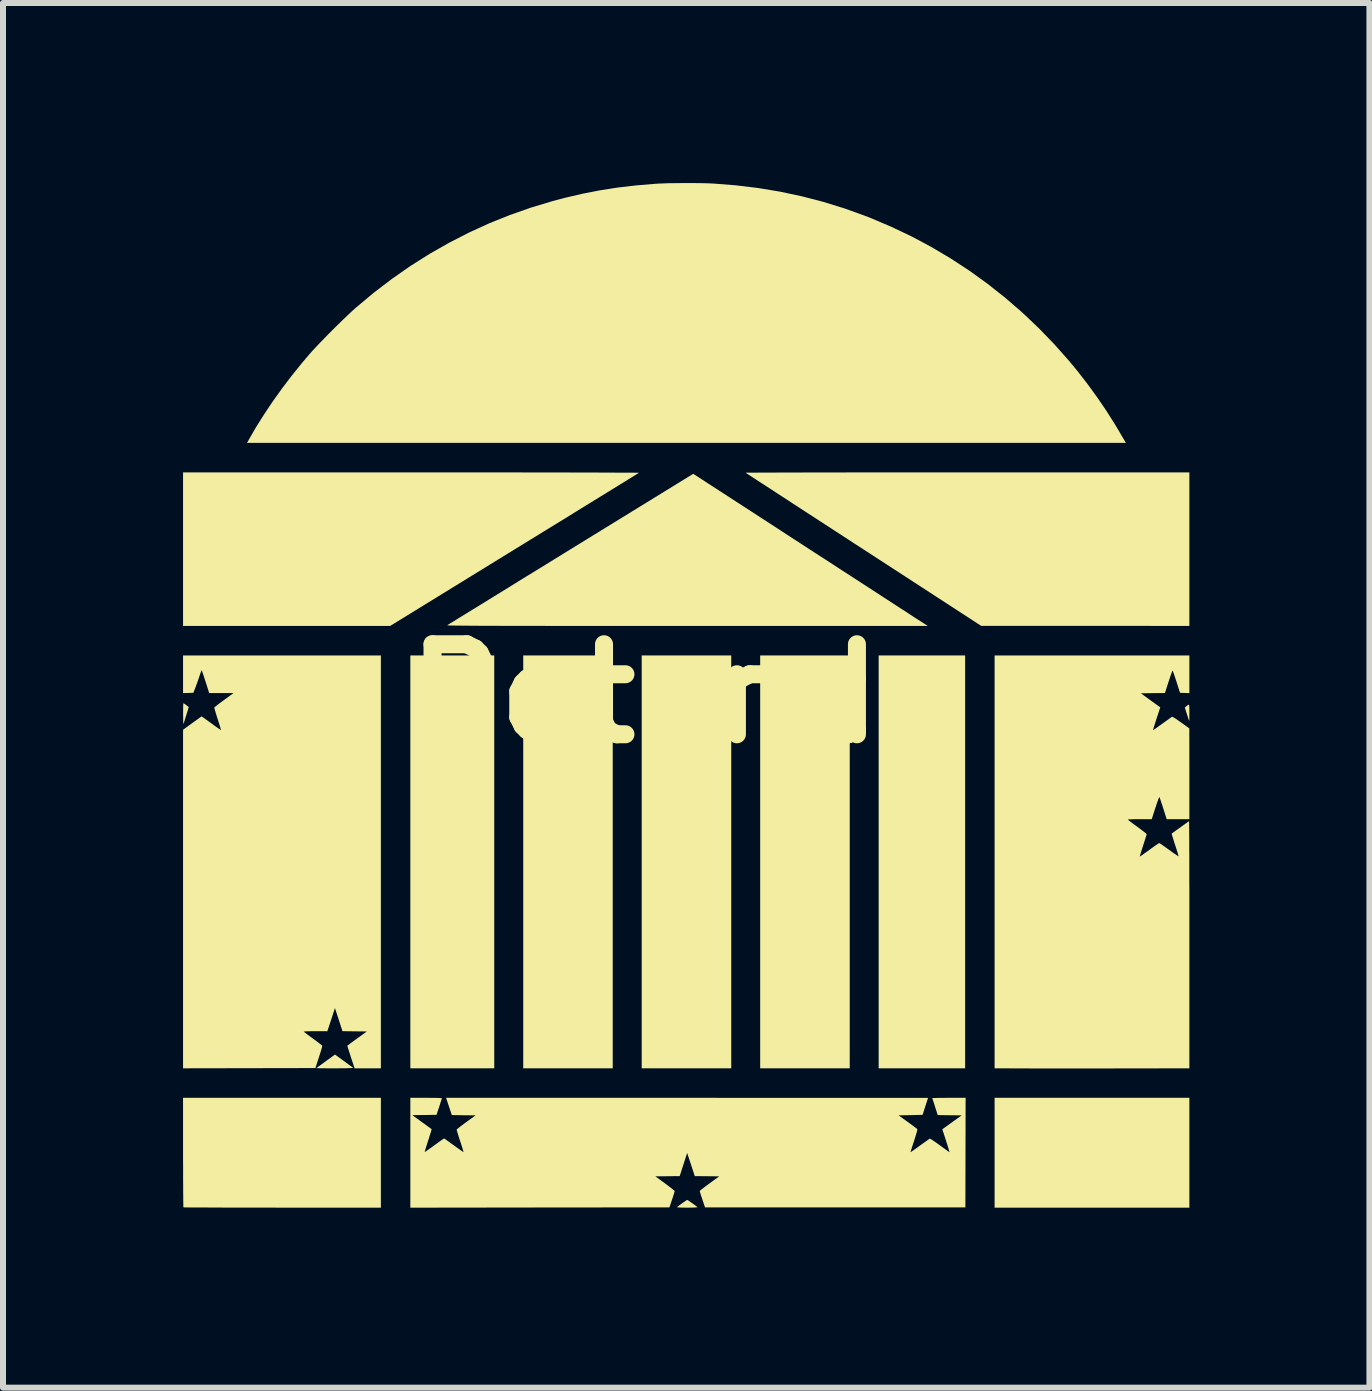
<source format=kicad_pcb>
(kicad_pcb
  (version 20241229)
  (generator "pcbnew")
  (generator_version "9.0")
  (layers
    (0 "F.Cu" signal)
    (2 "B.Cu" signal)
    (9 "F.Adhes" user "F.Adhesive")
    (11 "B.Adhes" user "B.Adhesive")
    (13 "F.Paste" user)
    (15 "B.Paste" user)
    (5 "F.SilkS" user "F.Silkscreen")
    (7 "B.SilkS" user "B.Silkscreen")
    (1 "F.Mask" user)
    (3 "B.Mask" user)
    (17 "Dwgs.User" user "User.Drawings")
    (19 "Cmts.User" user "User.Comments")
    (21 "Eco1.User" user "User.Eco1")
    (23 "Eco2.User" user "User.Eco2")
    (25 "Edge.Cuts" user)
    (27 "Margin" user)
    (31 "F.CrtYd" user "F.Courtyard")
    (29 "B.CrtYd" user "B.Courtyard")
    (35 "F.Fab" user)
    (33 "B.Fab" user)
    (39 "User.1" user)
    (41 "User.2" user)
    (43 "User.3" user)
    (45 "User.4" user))
  (footprint "Rotunda"
    (layer "F.Cu")
    (at 8.371 8.506)
    (property "Reference" "Rotunda" (at 0 0 0) (layer "F.SilkS") (effects (font (size 1.5 1.5) (thickness 0.3))))
    (attr board_only exclude_from_pos_files exclude_from_bom)
    (fp_poly (pts (xy -3.186 2.804) (xy -3.186 6.244) (xy -3.885 6.244) (xy -4.584 6.244) (xy -4.584 2.804) (xy -4.584 -0.635) (xy -3.885 -0.635) (xy -3.186 -0.635)) (stroke (width 0) (type solid)) (fill yes) (layer "F.SilkS"))
    (fp_poly (pts (xy -1.212 2.804) (xy -1.212 6.244) (xy -1.957 6.244) (xy -2.703 6.244) (xy -2.703 2.804) (xy -2.703 -0.635) (xy -1.957 -0.635) (xy -1.212 -0.635)) (stroke (width 0) (type solid)) (fill yes) (layer "F.SilkS"))
    (fp_poly (pts (xy 0.763 2.804) (xy 0.763 6.244) (xy 0.017 6.244) (xy -0.729 6.244) (xy -0.729 2.804) (xy -0.729 -0.635) (xy 0.017 -0.635) (xy 0.763 -0.635)) (stroke (width 0) (type solid)) (fill yes) (layer "F.SilkS"))
    (fp_poly (pts (xy 2.737 2.804) (xy 2.737 6.244) (xy 1.991 6.244) (xy 1.245 6.244) (xy 1.245 2.804) (xy 1.245 -0.635) (xy 1.991 -0.635) (xy 2.737 -0.635)) (stroke (width 0) (type solid)) (fill yes) (layer "F.SilkS"))
    (fp_poly (pts (xy 4.66 2.804) (xy 4.66 6.244) (xy 3.94 6.244) (xy 3.219 6.244) (xy 3.219 2.804) (xy 3.219 -0.635) (xy 3.94 -0.635) (xy 4.66 -0.635)) (stroke (width 0) (type solid)) (fill yes) (layer "F.SilkS"))
    (fp_poly (pts (xy 8.396 7.651) (xy 8.396 8.566) (xy 6.774 8.566) (xy 5.151 8.566) (xy 5.151 7.651) (xy 5.151 6.735) (xy 6.774 6.735) (xy 8.396 6.735)) (stroke (width 0) (type solid)) (fill yes) (layer "F.SilkS"))
    (fp_poly (pts (xy 8.391 0.193) (xy 8.395 0.211) (xy 8.396 0.242) (xy 8.396 0.288) (xy 8.396 0.317) (xy 8.396 0.364) (xy 8.396 0.404) (xy 8.395 0.435) (xy 8.394 0.453) (xy 8.394 0.458) (xy 8.391 0.45) (xy 8.383 0.429) (xy 8.373 0.398) (xy 8.36 0.359) (xy 8.356 0.345) (xy 8.32 0.233) (xy 8.343 0.214) (xy 8.362 0.197) (xy 8.376 0.188) (xy 8.386 0.185)) (stroke (width 0) (type solid)) (fill yes) (layer "F.SilkS"))
    (fp_poly (pts (xy -8.356 0.166) (xy -8.338 0.177) (xy -8.317 0.193) (xy -8.297 0.208) (xy -8.282 0.221) (xy -8.277 0.226) (xy -8.28 0.236) (xy -8.286 0.258) (xy -8.296 0.291) (xy -8.309 0.331) (xy -8.315 0.351) (xy -8.329 0.396) (xy -8.342 0.437) (xy -8.352 0.472) (xy -8.359 0.495) (xy -8.361 0.5) (xy -8.364 0.505) (xy -8.366 0.498) (xy -8.367 0.478) (xy -8.369 0.443) (xy -8.369 0.393) (xy -8.37 0.345) (xy -8.37 0.291) (xy -8.369 0.244) (xy -8.369 0.205) (xy -8.367 0.177) (xy -8.366 0.162) (xy -8.365 0.161)) (stroke (width 0) (type solid)) (fill yes) (layer "F.SilkS"))
    (fp_poly (pts (xy 0.039 8.441) (xy 0.058 8.454) (xy 0.084 8.472) (xy 0.114 8.493) (xy 0.144 8.514) (xy 0.17 8.534) (xy 0.19 8.549) (xy 0.199 8.557) (xy 0.199 8.558) (xy 0.193 8.56) (xy 0.171 8.562) (xy 0.135 8.564) (xy 0.087 8.565) (xy 0.03 8.566) (xy -0.028 8.565) (xy -0.076 8.564) (xy -0.112 8.562) (xy -0.134 8.56) (xy -0.14 8.558) (xy -0.14 8.558) (xy -0.132 8.55) (xy -0.113 8.535) (xy -0.087 8.516) (xy -0.057 8.494) (xy -0.028 8.473) (xy -0.001 8.455) (xy 0.019 8.442) (xy 0.029 8.436) (xy 0.029 8.436)) (stroke (width 0) (type solid)) (fill yes) (layer "F.SilkS"))
    (fp_poly (pts (xy -5.692 6.122) (xy -5.648 6.154) (xy -5.609 6.183) (xy -5.576 6.207) (xy -5.552 6.225) (xy -5.539 6.235) (xy -5.537 6.237) (xy -5.543 6.238) (xy -5.565 6.24) (xy -5.601 6.241) (xy -5.649 6.243) (xy -5.709 6.243) (xy -5.779 6.244) (xy -5.841 6.244) (xy -5.912 6.244) (xy -5.977 6.244) (xy -6.034 6.243) (xy -6.082 6.243) (xy -6.119 6.242) (xy -6.142 6.242) (xy -6.15 6.241) (xy -6.15 6.241) (xy -6.142 6.235) (xy -6.123 6.221) (xy -6.095 6.201) (xy -6.061 6.176) (xy -6.024 6.149) (xy -5.985 6.12) (xy -5.948 6.093) (xy -5.914 6.069) (xy -5.887 6.049) (xy -5.869 6.036) (xy -5.866 6.034) (xy -5.839 6.015)) (stroke (width 0) (type solid)) (fill yes) (layer "F.SilkS"))
    (fp_poly (pts (xy -5.075 7.651) (xy -5.075 8.566) (xy -6.717 8.566) (xy -6.883 8.565) (xy -7.044 8.565) (xy -7.199 8.565) (xy -7.349 8.565) (xy -7.492 8.565) (xy -7.626 8.565) (xy -7.752 8.564) (xy -7.869 8.564) (xy -7.976 8.563) (xy -8.071 8.563) (xy -8.154 8.563) (xy -8.225 8.562) (xy -8.282 8.562) (xy -8.325 8.561) (xy -8.353 8.561) (xy -8.365 8.56) (xy -8.365 8.56) (xy -8.366 8.551) (xy -8.366 8.526) (xy -8.367 8.486) (xy -8.368 8.433) (xy -8.368 8.367) (xy -8.369 8.29) (xy -8.369 8.202) (xy -8.37 8.106) (xy -8.37 8.001) (xy -8.37 7.889) (xy -8.371 7.771) (xy -8.371 7.648) (xy -8.371 7.645) (xy -8.371 6.735) (xy -6.723 6.735) (xy -5.075 6.735)) (stroke (width 0) (type solid)) (fill yes) (layer "F.SilkS"))
    (fp_poly (pts (xy -4.303 -3.685) (xy -4.043 -3.685) (xy -3.79 -3.685) (xy -3.543 -3.685) (xy -3.304 -3.685) (xy -3.072 -3.685) (xy -2.848 -3.685) (xy -2.634 -3.684) (xy -2.428 -3.684) (xy -2.232 -3.684) (xy -2.047 -3.684) (xy -1.872 -3.683) (xy -1.708 -3.683) (xy -1.555 -3.683) (xy -1.415 -3.682) (xy -1.287 -3.682) (xy -1.173 -3.681) (xy -1.072 -3.681) (xy -0.984 -3.681) (xy -0.912 -3.68) (xy -0.854 -3.68) (xy -0.812 -3.679) (xy -0.786 -3.679) (xy -0.776 -3.678) (xy -0.776 -3.678) (xy -0.783 -3.673) (xy -0.805 -3.66) (xy -0.84 -3.638) (xy -0.888 -3.608) (xy -0.948 -3.571) (xy -1.019 -3.527) (xy -1.101 -3.477) (xy -1.194 -3.419) (xy -1.297 -3.356) (xy -1.409 -3.287) (xy -1.529 -3.213) (xy -1.658 -3.134) (xy -1.794 -3.05) (xy -1.937 -2.961) (xy -2.087 -2.869) (xy -2.242 -2.774) (xy -2.403 -2.675) (xy -2.569 -2.573) (xy -2.738 -2.469) (xy -2.852 -2.399) (xy -4.92 -1.127) (xy -6.645 -1.127) (xy -8.371 -1.127) (xy -8.371 -2.406) (xy -8.371 -3.685) (xy -4.569 -3.685)) (stroke (width 0) (type solid)) (fill yes) (layer "F.SilkS"))
    (fp_poly (pts (xy 8.396 -2.406) (xy 8.396 -1.127) (xy 6.661 -1.128) (xy 4.927 -1.128) (xy 2.968 -2.401) (xy 2.802 -2.508) (xy 2.64 -2.614) (xy 2.482 -2.716) (xy 2.329 -2.816) (xy 2.181 -2.912) (xy 2.039 -3.004) (xy 1.904 -3.092) (xy 1.776 -3.175) (xy 1.656 -3.254) (xy 1.544 -3.326) (xy 1.441 -3.394) (xy 1.347 -3.455) (xy 1.263 -3.509) (xy 1.19 -3.557) (xy 1.128 -3.597) (xy 1.078 -3.63) (xy 1.04 -3.655) (xy 1.015 -3.671) (xy 1.004 -3.679) (xy 1.003 -3.679) (xy 1.011 -3.68) (xy 1.035 -3.68) (xy 1.076 -3.68) (xy 1.131 -3.681) (xy 1.202 -3.681) (xy 1.286 -3.682) (xy 1.384 -3.682) (xy 1.496 -3.682) (xy 1.62 -3.683) (xy 1.756 -3.683) (xy 1.903 -3.683) (xy 2.062 -3.684) (xy 2.231 -3.684) (xy 2.41 -3.684) (xy 2.598 -3.684) (xy 2.796 -3.685) (xy 3.001 -3.685) (xy 3.214 -3.685) (xy 3.434 -3.685) (xy 3.661 -3.685) (xy 3.895 -3.685) (xy 4.133 -3.685) (xy 4.377 -3.685) (xy 4.625 -3.685) (xy 4.696 -3.685) (xy 8.396 -3.685)) (stroke (width 0) (type solid)) (fill yes) (layer "F.SilkS"))
    (fp_poly (pts (xy 0.094 -8.506) (xy 0.192 -8.505) (xy 0.283 -8.504) (xy 0.366 -8.502) (xy 0.436 -8.499) (xy 0.463 -8.498) (xy 0.841 -8.468) (xy 1.213 -8.423) (xy 1.58 -8.362) (xy 1.941 -8.285) (xy 2.298 -8.192) (xy 2.651 -8.083) (xy 2.999 -7.957) (xy 3.08 -7.926) (xy 3.426 -7.779) (xy 3.765 -7.618) (xy 4.095 -7.442) (xy 4.417 -7.251) (xy 4.729 -7.047) (xy 5.033 -6.828) (xy 5.326 -6.596) (xy 5.61 -6.351) (xy 5.883 -6.092) (xy 6.145 -5.821) (xy 6.397 -5.537) (xy 6.536 -5.368) (xy 6.701 -5.155) (xy 6.862 -4.933) (xy 7.016 -4.707) (xy 7.159 -4.481) (xy 7.239 -4.346) (xy 7.263 -4.304) (xy 7.286 -4.266) (xy 7.305 -4.233) (xy 7.318 -4.211) (xy 7.322 -4.204) (xy 7.338 -4.177) (xy 0.017 -4.177) (xy -7.305 -4.177) (xy -7.273 -4.234) (xy -7.153 -4.442) (xy -7.019 -4.654) (xy -6.875 -4.87) (xy -6.721 -5.085) (xy -6.559 -5.298) (xy -6.392 -5.505) (xy -6.265 -5.655) (xy -6.217 -5.709) (xy -6.158 -5.772) (xy -6.091 -5.843) (xy -6.018 -5.918) (xy -5.941 -5.997) (xy -5.862 -6.076) (xy -5.782 -6.155) (xy -5.705 -6.23) (xy -5.632 -6.3) (xy -5.565 -6.363) (xy -5.507 -6.416) (xy -5.486 -6.434) (xy -5.193 -6.679) (xy -4.891 -6.909) (xy -4.582 -7.125) (xy -4.265 -7.325) (xy -3.94 -7.51) (xy -3.609 -7.68) (xy -3.27 -7.835) (xy -2.924 -7.974) (xy -2.571 -8.098) (xy -2.212 -8.206) (xy -2.008 -8.26) (xy -1.712 -8.329) (xy -1.418 -8.386) (xy -1.122 -8.432) (xy -0.821 -8.467) (xy -0.51 -8.493) (xy -0.429 -8.498) (xy -0.365 -8.5) (xy -0.288 -8.503) (xy -0.2 -8.504) (xy -0.105 -8.505) (xy -0.006 -8.506)) (stroke (width 0) (type solid)) (fill yes) (layer "F.SilkS"))
    (fp_poly (pts (xy 0.194 -3.62) (xy 0.206 -3.612) (xy 0.233 -3.595) (xy 0.272 -3.569) (xy 0.324 -3.536) (xy 0.387 -3.494) (xy 0.462 -3.446) (xy 0.547 -3.391) (xy 0.641 -3.33) (xy 0.746 -3.262) (xy 0.858 -3.189) (xy 0.979 -3.111) (xy 1.107 -3.028) (xy 1.242 -2.94) (xy 1.383 -2.849) (xy 1.529 -2.754) (xy 1.68 -2.655) (xy 1.836 -2.554) (xy 1.995 -2.451) (xy 2.084 -2.393) (xy 2.245 -2.289) (xy 2.403 -2.187) (xy 2.556 -2.087) (xy 2.706 -1.99) (xy 2.85 -1.897) (xy 2.988 -1.807) (xy 3.12 -1.722) (xy 3.244 -1.641) (xy 3.361 -1.565) (xy 3.47 -1.494) (xy 3.57 -1.429) (xy 3.661 -1.371) (xy 3.741 -1.318) (xy 3.81 -1.273) (xy 3.868 -1.236) (xy 3.915 -1.206) (xy 3.948 -1.184) (xy 3.968 -1.171) (xy 3.974 -1.168) (xy 4.037 -1.127) (xy 0.026 -1.127) (xy -0.291 -1.127) (xy -0.59 -1.127) (xy -0.874 -1.127) (xy -1.142 -1.127) (xy -1.395 -1.127) (xy -1.632 -1.127) (xy -1.856 -1.127) (xy -2.065 -1.127) (xy -2.261 -1.127) (xy -2.443 -1.128) (xy -2.613 -1.128) (xy -2.771 -1.128) (xy -2.916 -1.128) (xy -3.05 -1.128) (xy -3.173 -1.129) (xy -3.285 -1.129) (xy -3.387 -1.129) (xy -3.479 -1.13) (xy -3.562 -1.13) (xy -3.635 -1.131) (xy -3.7 -1.131) (xy -3.757 -1.132) (xy -3.806 -1.132) (xy -3.848 -1.133) (xy -3.883 -1.133) (xy -3.911 -1.134) (xy -3.933 -1.135) (xy -3.95 -1.136) (xy -3.961 -1.136) (xy -3.967 -1.137) (xy -3.969 -1.138) (xy -3.969 -1.138) (xy -3.961 -1.144) (xy -3.938 -1.158) (xy -3.902 -1.18) (xy -3.854 -1.209) (xy -3.794 -1.247) (xy -3.722 -1.291) (xy -3.639 -1.342) (xy -3.545 -1.4) (xy -3.442 -1.463) (xy -3.33 -1.532) (xy -3.209 -1.607) (xy -3.08 -1.686) (xy -2.944 -1.77) (xy -2.801 -1.859) (xy -2.651 -1.951) (xy -2.496 -2.046) (xy -2.335 -2.145) (xy -2.17 -2.247) (xy -2.001 -2.351) (xy -1.912 -2.406) (xy 0.129 -3.661)) (stroke (width 0) (type solid)) (fill yes) (layer "F.SilkS"))
    (fp_poly (pts (xy -5.075 2.804) (xy -5.075 6.244) (xy -5.294 6.244) (xy -5.513 6.244) (xy -5.574 6.059) (xy -5.591 6.006) (xy -5.606 5.958) (xy -5.619 5.918) (xy -5.628 5.889) (xy -5.633 5.872) (xy -5.634 5.869) (xy -5.628 5.863) (xy -5.609 5.849) (xy -5.581 5.827) (xy -5.544 5.8) (xy -5.501 5.769) (xy -5.471 5.747) (xy -5.309 5.63) (xy -5.512 5.628) (xy -5.715 5.625) (xy -5.777 5.433) (xy -5.84 5.24) (xy -5.903 5.433) (xy -5.967 5.626) (xy -6.165 5.626) (xy -6.23 5.626) (xy -6.283 5.627) (xy -6.323 5.628) (xy -6.348 5.63) (xy -6.359 5.633) (xy -6.359 5.634) (xy -6.351 5.641) (xy -6.331 5.656) (xy -6.302 5.678) (xy -6.265 5.706) (xy -6.222 5.737) (xy -6.205 5.75) (xy -6.161 5.782) (xy -6.122 5.811) (xy -6.089 5.836) (xy -6.066 5.855) (xy -6.053 5.866) (xy -6.052 5.868) (xy -6.053 5.879) (xy -6.059 5.903) (xy -6.069 5.938) (xy -6.083 5.983) (xy -6.099 6.033) (xy -6.107 6.059) (xy -6.166 6.24) (xy -7.268 6.242) (xy -8.371 6.244) (xy -8.371 3.424) (xy -8.371 0.603) (xy -8.218 0.492) (xy -8.174 0.46) (xy -8.134 0.432) (xy -8.101 0.408) (xy -8.077 0.391) (xy -8.064 0.382) (xy -8.062 0.381) (xy -8.054 0.386) (xy -8.035 0.399) (xy -8.006 0.42) (xy -7.969 0.446) (xy -7.926 0.477) (xy -7.9 0.496) (xy -7.855 0.529) (xy -7.815 0.558) (xy -7.781 0.581) (xy -7.756 0.598) (xy -7.742 0.607) (xy -7.739 0.608) (xy -7.741 0.6) (xy -7.747 0.577) (xy -7.757 0.543) (xy -7.77 0.5) (xy -7.786 0.451) (xy -7.795 0.423) (xy -7.812 0.37) (xy -7.826 0.323) (xy -7.838 0.283) (xy -7.846 0.253) (xy -7.85 0.235) (xy -7.85 0.232) (xy -7.843 0.225) (xy -7.823 0.209) (xy -7.794 0.186) (xy -7.757 0.158) (xy -7.714 0.126) (xy -7.688 0.107) (xy -7.53 -0.008) (xy -7.733 -0.008) (xy -7.935 -0.008) (xy -7.996 -0.199) (xy -8.014 -0.253) (xy -8.029 -0.3) (xy -8.043 -0.34) (xy -8.053 -0.37) (xy -8.059 -0.386) (xy -8.061 -0.39) (xy -8.065 -0.382) (xy -8.073 -0.362) (xy -8.084 -0.331) (xy -8.097 -0.293) (xy -8.099 -0.286) (xy -8.116 -0.236) (xy -8.135 -0.182) (xy -8.154 -0.13) (xy -8.166 -0.097) (xy -8.199 -0.013) (xy -8.285 -0.01) (xy -8.371 -0.008) (xy -8.371 -0.322) (xy -8.371 -0.635) (xy -6.723 -0.635) (xy -5.075 -0.635)) (stroke (width 0) (type solid)) (fill yes) (layer "F.SilkS"))
    (fp_poly (pts (xy 8.396 -0.322) (xy 8.396 -0.008) (xy 8.318 -0.01) (xy 8.24 -0.013) (xy 8.182 -0.195) (xy 8.165 -0.248) (xy 8.149 -0.295) (xy 8.136 -0.334) (xy 8.125 -0.364) (xy 8.119 -0.381) (xy 8.117 -0.383) (xy 8.113 -0.378) (xy 8.105 -0.358) (xy 8.093 -0.326) (xy 8.078 -0.284) (xy 8.062 -0.235) (xy 8.05 -0.199) (xy 7.989 -0.009) (xy 7.789 -0.007) (xy 7.588 -0.004) (xy 7.749 0.113) (xy 7.911 0.23) (xy 7.849 0.418) (xy 7.832 0.471) (xy 7.817 0.519) (xy 7.805 0.559) (xy 7.796 0.588) (xy 7.791 0.605) (xy 7.791 0.609) (xy 7.798 0.605) (xy 7.817 0.593) (xy 7.846 0.573) (xy 7.882 0.547) (xy 7.924 0.517) (xy 7.944 0.503) (xy 7.988 0.471) (xy 8.029 0.442) (xy 8.063 0.417) (xy 8.088 0.399) (xy 8.103 0.389) (xy 8.105 0.387) (xy 8.117 0.389) (xy 8.14 0.402) (xy 8.176 0.424) (xy 8.224 0.458) (xy 8.256 0.48) (xy 8.395 0.58) (xy 8.396 1.337) (xy 8.396 2.093) (xy 8.207 2.093) (xy 8.018 2.093) (xy 7.96 1.91) (xy 7.943 1.857) (xy 7.927 1.81) (xy 7.914 1.771) (xy 7.904 1.742) (xy 7.897 1.726) (xy 7.896 1.724) (xy 7.891 1.73) (xy 7.883 1.751) (xy 7.871 1.783) (xy 7.856 1.825) (xy 7.84 1.875) (xy 7.829 1.906) (xy 7.769 2.093) (xy 7.57 2.093) (xy 7.514 2.093) (xy 7.464 2.094) (xy 7.422 2.095) (xy 7.392 2.096) (xy 7.374 2.098) (xy 7.371 2.099) (xy 7.377 2.106) (xy 7.396 2.121) (xy 7.424 2.143) (xy 7.461 2.17) (xy 7.503 2.201) (xy 7.528 2.219) (xy 7.573 2.252) (xy 7.612 2.282) (xy 7.645 2.307) (xy 7.669 2.327) (xy 7.682 2.339) (xy 7.684 2.342) (xy 7.682 2.352) (xy 7.675 2.376) (xy 7.664 2.412) (xy 7.65 2.456) (xy 7.634 2.507) (xy 7.625 2.533) (xy 7.609 2.585) (xy 7.594 2.632) (xy 7.582 2.671) (xy 7.574 2.699) (xy 7.569 2.715) (xy 7.569 2.717) (xy 7.576 2.713) (xy 7.595 2.7) (xy 7.624 2.68) (xy 7.66 2.654) (xy 7.703 2.624) (xy 7.729 2.605) (xy 7.774 2.572) (xy 7.815 2.543) (xy 7.849 2.519) (xy 7.875 2.502) (xy 7.891 2.492) (xy 7.894 2.491) (xy 7.903 2.496) (xy 7.924 2.509) (xy 7.954 2.53) (xy 7.991 2.556) (xy 8.035 2.587) (xy 8.058 2.604) (xy 8.103 2.637) (xy 8.143 2.665) (xy 8.176 2.687) (xy 8.2 2.703) (xy 8.214 2.711) (xy 8.216 2.712) (xy 8.214 2.702) (xy 8.208 2.679) (xy 8.198 2.644) (xy 8.184 2.601) (xy 8.168 2.55) (xy 8.158 2.521) (xy 8.141 2.468) (xy 8.127 2.421) (xy 8.114 2.382) (xy 8.106 2.353) (xy 8.101 2.337) (xy 8.101 2.334) (xy 8.112 2.326) (xy 8.134 2.309) (xy 8.164 2.288) (xy 8.199 2.262) (xy 8.238 2.235) (xy 8.276 2.207) (xy 8.313 2.181) (xy 8.345 2.158) (xy 8.371 2.14) (xy 8.387 2.129) (xy 8.391 2.127) (xy 8.391 2.135) (xy 8.392 2.159) (xy 8.392 2.2) (xy 8.393 2.254) (xy 8.393 2.323) (xy 8.394 2.405) (xy 8.394 2.5) (xy 8.394 2.607) (xy 8.395 2.724) (xy 8.395 2.853) (xy 8.395 2.99) (xy 8.395 3.137) (xy 8.396 3.292) (xy 8.396 3.454) (xy 8.396 3.624) (xy 8.396 3.799) (xy 8.396 3.979) (xy 8.396 4.164) (xy 8.396 4.185) (xy 8.396 6.244) (xy 7.305 6.246) (xy 7.158 6.246) (xy 7.008 6.247) (xy 6.857 6.247) (xy 6.705 6.247) (xy 6.556 6.247) (xy 6.411 6.247) (xy 6.271 6.247) (xy 6.138 6.247) (xy 6.015 6.247) (xy 5.902 6.247) (xy 5.802 6.247) (xy 5.716 6.246) (xy 5.683 6.246) (xy 5.151 6.244) (xy 5.151 2.804) (xy 5.151 -0.635) (xy 6.774 -0.635) (xy 8.396 -0.635)) (stroke (width 0) (type solid)) (fill yes) (layer "F.SilkS"))
    (fp_poly (pts (xy -4.256 6.736) (xy -4.197 6.736) (xy -4.146 6.737) (xy -4.105 6.738) (xy -4.076 6.74) (xy -4.06 6.741) (xy -4.059 6.742) (xy -4.061 6.752) (xy -4.068 6.775) (xy -4.079 6.808) (xy -4.092 6.85) (xy -4.103 6.884) (xy -4.148 7.019) (xy -4.35 7.022) (xy -4.551 7.024) (xy -4.392 7.14) (xy -4.346 7.172) (xy -4.306 7.202) (xy -4.272 7.226) (xy -4.247 7.245) (xy -4.232 7.255) (xy -4.229 7.257) (xy -4.231 7.265) (xy -4.237 7.288) (xy -4.247 7.321) (xy -4.261 7.364) (xy -4.276 7.414) (xy -4.287 7.447) (xy -4.304 7.5) (xy -4.319 7.548) (xy -4.331 7.588) (xy -4.34 7.618) (xy -4.344 7.635) (xy -4.344 7.638) (xy -4.337 7.635) (xy -4.318 7.622) (xy -4.289 7.602) (xy -4.252 7.576) (xy -4.21 7.546) (xy -4.185 7.527) (xy -4.14 7.495) (xy -4.1 7.466) (xy -4.066 7.442) (xy -4.04 7.424) (xy -4.025 7.415) (xy -4.022 7.413) (xy -4.014 7.418) (xy -3.994 7.431) (xy -3.964 7.452) (xy -3.927 7.479) (xy -3.884 7.51) (xy -3.858 7.528) (xy -3.813 7.561) (xy -3.773 7.589) (xy -3.739 7.613) (xy -3.715 7.63) (xy -3.7 7.639) (xy -3.698 7.64) (xy -3.699 7.632) (xy -3.706 7.609) (xy -3.716 7.576) (xy -3.729 7.533) (xy -3.745 7.483) (xy -3.754 7.458) (xy -3.771 7.405) (xy -3.786 7.357) (xy -3.798 7.317) (xy -3.807 7.287) (xy -3.812 7.27) (xy -3.813 7.267) (xy -3.806 7.259) (xy -3.787 7.243) (xy -3.759 7.22) (xy -3.723 7.192) (xy -3.68 7.16) (xy -3.655 7.142) (xy -3.497 7.028) (xy -3.695 7.026) (xy -3.893 7.023) (xy -3.941 6.879) (xy -3.989 6.735) (xy 0.026 6.735) (xy 0.286 6.735) (xy 0.542 6.736) (xy 0.793 6.736) (xy 1.038 6.736) (xy 1.278 6.736) (xy 1.511 6.736) (xy 1.738 6.736) (xy 1.957 6.736) (xy 2.168 6.736) (xy 2.37 6.736) (xy 2.564 6.736) (xy 2.748 6.736) (xy 2.922 6.736) (xy 3.086 6.736) (xy 3.238 6.736) (xy 3.379 6.736) (xy 3.508 6.737) (xy 3.624 6.737) (xy 3.727 6.737) (xy 3.817 6.737) (xy 3.892 6.737) (xy 3.952 6.737) (xy 3.998 6.737) (xy 4.027 6.737) (xy 4.04 6.738) (xy 4.041 6.738) (xy 4.039 6.746) (xy 4.032 6.768) (xy 4.021 6.8) (xy 4.008 6.841) (xy 3.996 6.88) (xy 3.951 7.019) (xy 3.751 7.024) (xy 3.551 7.028) (xy 3.704 7.138) (xy 3.748 7.17) (xy 3.789 7.2) (xy 3.822 7.225) (xy 3.847 7.243) (xy 3.861 7.255) (xy 3.863 7.257) (xy 3.863 7.267) (xy 3.858 7.291) (xy 3.848 7.327) (xy 3.834 7.374) (xy 3.817 7.427) (xy 3.809 7.454) (xy 3.791 7.507) (xy 3.776 7.554) (xy 3.764 7.593) (xy 3.755 7.622) (xy 3.751 7.639) (xy 3.751 7.642) (xy 3.759 7.637) (xy 3.778 7.624) (xy 3.807 7.603) (xy 3.844 7.577) (xy 3.886 7.547) (xy 3.907 7.531) (xy 3.952 7.499) (xy 3.993 7.47) (xy 4.027 7.446) (xy 4.053 7.428) (xy 4.068 7.418) (xy 4.071 7.416) (xy 4.081 7.42) (xy 4.102 7.432) (xy 4.132 7.452) (xy 4.17 7.478) (xy 4.214 7.509) (xy 4.239 7.527) (xy 4.284 7.56) (xy 4.324 7.589) (xy 4.358 7.613) (xy 4.383 7.631) (xy 4.397 7.641) (xy 4.4 7.642) (xy 4.398 7.634) (xy 4.392 7.613) (xy 4.382 7.58) (xy 4.369 7.537) (xy 4.353 7.487) (xy 4.342 7.451) (xy 4.28 7.26) (xy 4.324 7.228) (xy 4.346 7.212) (xy 4.378 7.189) (xy 4.417 7.161) (xy 4.459 7.13) (xy 4.485 7.112) (xy 4.602 7.028) (xy 4.402 7.026) (xy 4.203 7.023) (xy 4.159 6.886) (xy 4.145 6.84) (xy 4.132 6.8) (xy 4.121 6.768) (xy 4.114 6.748) (xy 4.112 6.742) (xy 4.119 6.74) (xy 4.141 6.739) (xy 4.177 6.738) (xy 4.223 6.737) (xy 4.279 6.736) (xy 4.342 6.736) (xy 4.388 6.735) (xy 4.668 6.735) (xy 4.666 7.648) (xy 4.664 8.561) (xy 2.495 8.561) (xy 0.326 8.561) (xy 0.282 8.43) (xy 0.267 8.385) (xy 0.254 8.346) (xy 0.245 8.315) (xy 0.239 8.295) (xy 0.238 8.29) (xy 0.244 8.282) (xy 0.262 8.266) (xy 0.291 8.244) (xy 0.327 8.216) (xy 0.37 8.184) (xy 0.4 8.162) (xy 0.562 8.044) (xy 0.359 8.042) (xy 0.155 8.04) (xy 0.092 7.847) (xy 0.028 7.655) (xy -0.034 7.847) (xy -0.096 8.04) (xy -0.3 8.042) (xy -0.503 8.044) (xy -0.34 8.162) (xy -0.295 8.196) (xy -0.254 8.227) (xy -0.22 8.253) (xy -0.196 8.273) (xy -0.181 8.286) (xy -0.179 8.29) (xy -0.182 8.3) (xy -0.189 8.324) (xy -0.2 8.358) (xy -0.213 8.4) (xy -0.223 8.43) (xy -0.267 8.561) (xy -2.425 8.563) (xy -4.584 8.566) (xy -4.584 7.651) (xy -4.584 6.735) (xy -4.321 6.735)) (stroke (width 0) (type solid)) (fill yes) (layer "F.SilkS")))
  (gr_rect
    (start -3 -3)
    (end 19.767 20.071)
    (stroke (width 0.1) (type default))
    (fill no)
    (layer "Edge.Cuts")))
</source>
